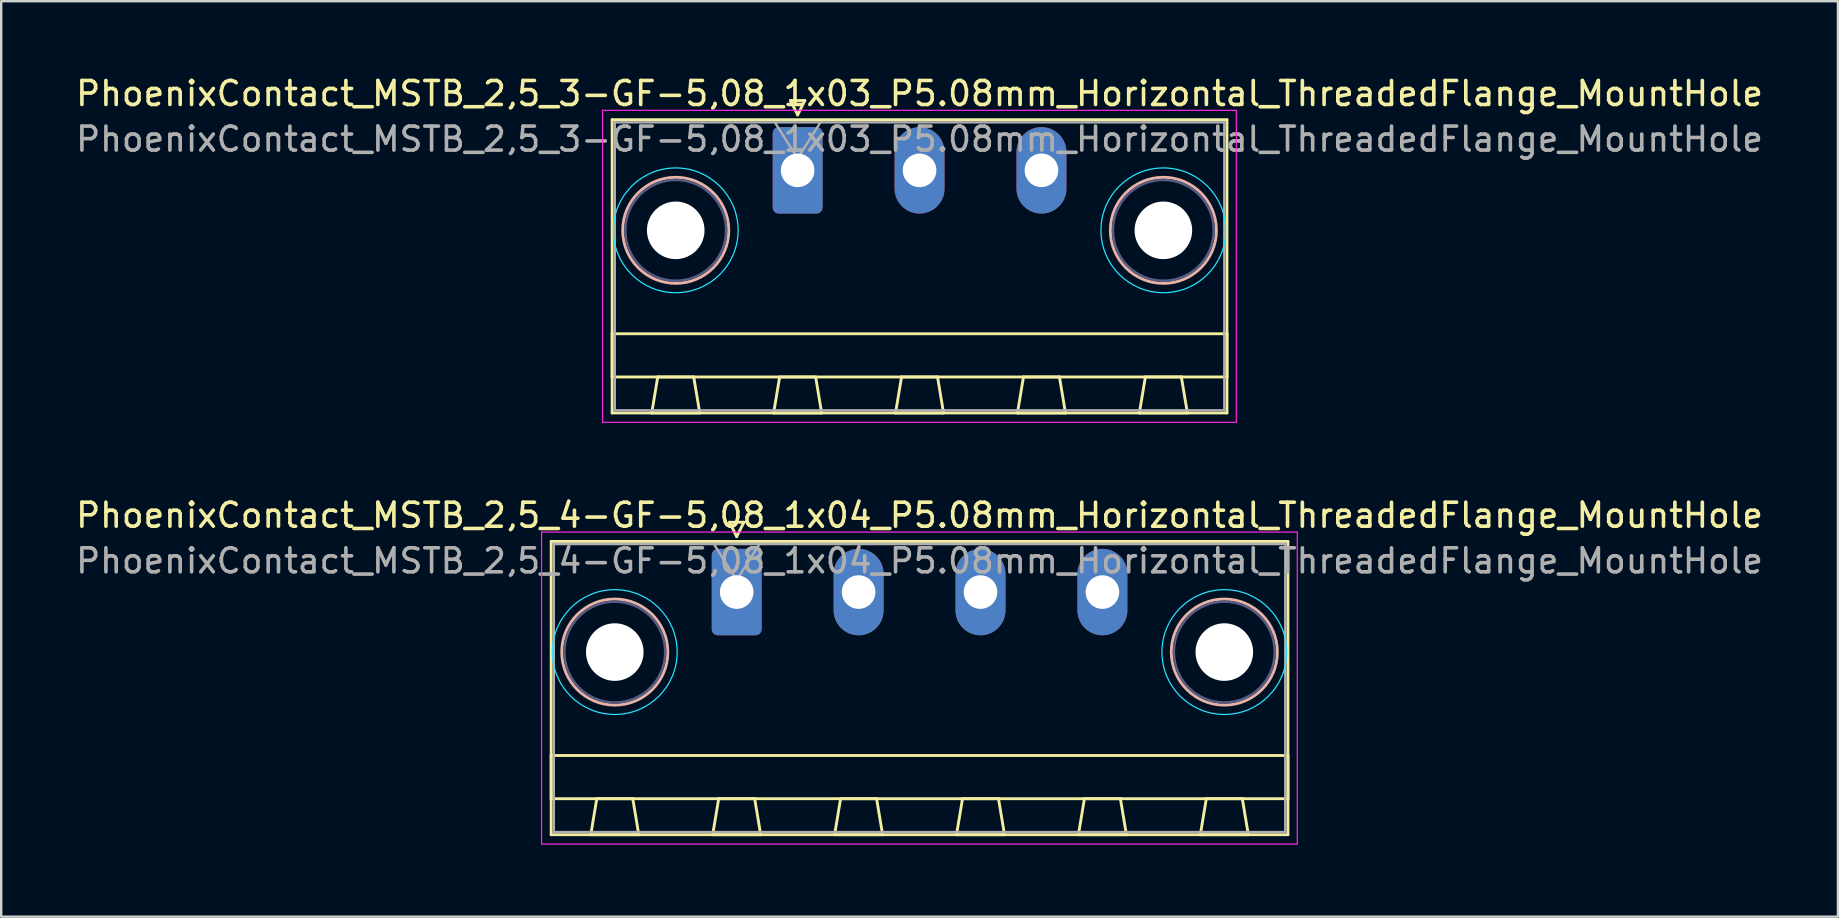
<source format=kicad_pcb>
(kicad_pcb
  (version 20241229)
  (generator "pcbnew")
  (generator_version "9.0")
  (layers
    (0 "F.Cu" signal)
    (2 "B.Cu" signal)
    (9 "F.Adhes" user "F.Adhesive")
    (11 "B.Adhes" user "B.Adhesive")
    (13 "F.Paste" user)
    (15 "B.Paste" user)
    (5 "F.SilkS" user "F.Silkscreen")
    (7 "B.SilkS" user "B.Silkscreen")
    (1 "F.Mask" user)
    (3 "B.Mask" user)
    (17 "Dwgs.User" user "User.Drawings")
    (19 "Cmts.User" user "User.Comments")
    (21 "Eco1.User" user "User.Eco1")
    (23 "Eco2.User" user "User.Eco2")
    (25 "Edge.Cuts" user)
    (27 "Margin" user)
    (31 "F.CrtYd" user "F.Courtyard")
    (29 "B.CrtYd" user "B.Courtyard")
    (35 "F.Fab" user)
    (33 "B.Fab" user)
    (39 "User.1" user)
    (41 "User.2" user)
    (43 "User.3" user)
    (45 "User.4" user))
  (footprint "PhoenixContact_MSTB_2,5_4-GF-5,08_1x04_P5.08mm_Horizontal_ThreadedFlange_MountHole"
    (layer "F.Cu")
    (at 27.648 21.622)
    (property "Reference" "PhoenixContact_MSTB_2,5_4-GF-5,08_1x04_P5.08mm_Horizontal_ThreadedFlange_MountHole" (at 7.62 -3.2 0) (layer "F.SilkS") (effects (font (size 1 1) (thickness 0.15))))
    (attr through_hole)
    (fp_line (start -7.73 -2.11) (end -7.73 10.11) (stroke (width 0.12) (type solid)) (layer "F.SilkS"))
    (fp_line (start -7.73 6.81) (end 22.97 6.81) (stroke (width 0.12) (type solid)) (layer "F.SilkS"))
    (fp_line (start -7.73 8.61) (end -7.73 6.81) (stroke (width 0.12) (type solid)) (layer "F.SilkS"))
    (fp_line (start -7.73 10.11) (end 22.97 10.11) (stroke (width 0.12) (type solid)) (layer "F.SilkS"))
    (fp_line (start -6.08 10.11) (end -4.08 10.11) (stroke (width 0.12) (type solid)) (layer "F.SilkS"))
    (fp_line (start -5.83 8.61) (end -6.08 10.11) (stroke (width 0.12) (type solid)) (layer "F.SilkS"))
    (fp_line (start -4.33 8.61) (end -5.83 8.61) (stroke (width 0.12) (type solid)) (layer "F.SilkS"))
    (fp_line (start -4.08 10.11) (end -4.33 8.61) (stroke (width 0.12) (type solid)) (layer "F.SilkS"))
    (fp_line (start -1 10.11) (end 1 10.11) (stroke (width 0.12) (type solid)) (layer "F.SilkS"))
    (fp_line (start -0.75 8.61) (end -1 10.11) (stroke (width 0.12) (type solid)) (layer "F.SilkS"))
    (fp_line (start -0.3 -2.91) (end 0.3 -2.91) (stroke (width 0.12) (type solid)) (layer "F.SilkS"))
    (fp_line (start 0 -2.31) (end -0.3 -2.91) (stroke (width 0.12) (type solid)) (layer "F.SilkS"))
    (fp_line (start 0.3 -2.91) (end 0 -2.31) (stroke (width 0.12) (type solid)) (layer "F.SilkS"))
    (fp_line (start 0.75 8.61) (end -0.75 8.61) (stroke (width 0.12) (type solid)) (layer "F.SilkS"))
    (fp_line (start 1 10.11) (end 0.75 8.61) (stroke (width 0.12) (type solid)) (layer "F.SilkS"))
    (fp_line (start 4.08 10.11) (end 6.08 10.11) (stroke (width 0.12) (type solid)) (layer "F.SilkS"))
    (fp_line (start 4.33 8.61) (end 4.08 10.11) (stroke (width 0.12) (type solid)) (layer "F.SilkS"))
    (fp_line (start 5.83 8.61) (end 4.33 8.61) (stroke (width 0.12) (type solid)) (layer "F.SilkS"))
    (fp_line (start 6.08 10.11) (end 5.83 8.61) (stroke (width 0.12) (type solid)) (layer "F.SilkS"))
    (fp_line (start 9.16 10.11) (end 11.16 10.11) (stroke (width 0.12) (type solid)) (layer "F.SilkS"))
    (fp_line (start 9.41 8.61) (end 9.16 10.11) (stroke (width 0.12) (type solid)) (layer "F.SilkS"))
    (fp_line (start 10.91 8.61) (end 9.41 8.61) (stroke (width 0.12) (type solid)) (layer "F.SilkS"))
    (fp_line (start 11.16 10.11) (end 10.91 8.61) (stroke (width 0.12) (type solid)) (layer "F.SilkS"))
    (fp_line (start 14.24 10.11) (end 16.24 10.11) (stroke (width 0.12) (type solid)) (layer "F.SilkS"))
    (fp_line (start 14.49 8.61) (end 14.24 10.11) (stroke (width 0.12) (type solid)) (layer "F.SilkS"))
    (fp_line (start 15.99 8.61) (end 14.49 8.61) (stroke (width 0.12) (type solid)) (layer "F.SilkS"))
    (fp_line (start 16.24 10.11) (end 15.99 8.61) (stroke (width 0.12) (type solid)) (layer "F.SilkS"))
    (fp_line (start 19.32 10.11) (end 21.32 10.11) (stroke (width 0.12) (type solid)) (layer "F.SilkS"))
    (fp_line (start 19.57 8.61) (end 19.32 10.11) (stroke (width 0.12) (type solid)) (layer "F.SilkS"))
    (fp_line (start 21.07 8.61) (end 19.57 8.61) (stroke (width 0.12) (type solid)) (layer "F.SilkS"))
    (fp_line (start 21.32 10.11) (end 21.07 8.61) (stroke (width 0.12) (type solid)) (layer "F.SilkS"))
    (fp_line (start 22.97 -2.11) (end -7.73 -2.11) (stroke (width 0.12) (type solid)) (layer "F.SilkS"))
    (fp_line (start 22.97 6.81) (end 22.97 8.61) (stroke (width 0.12) (type solid)) (layer "F.SilkS"))
    (fp_line (start 22.97 8.61) (end -7.73 8.61) (stroke (width 0.12) (type solid)) (layer "F.SilkS"))
    (fp_line (start 22.97 10.11) (end 22.97 -2.11) (stroke (width 0.12) (type solid)) (layer "F.SilkS"))
    (fp_circle (center -5.08 2.5) (end -2.87 2.5) (stroke (width 0.12) (type solid)) (fill no) (layer "B.SilkS"))
    (fp_circle (center 20.32 2.5) (end 22.53 2.5) (stroke (width 0.12) (type solid)) (fill no) (layer "B.SilkS"))
    (fp_circle (center -5.08 2.5) (end -2.48 2.5) (stroke (width 0.05) (type solid)) (fill no) (layer "B.CrtYd"))
    (fp_circle (center 20.32 2.5) (end 22.92 2.5) (stroke (width 0.05) (type solid)) (fill no) (layer "B.CrtYd"))
    (fp_line (start -8.13 -2.5) (end -8.13 10.5) (stroke (width 0.05) (type solid)) (layer "F.CrtYd"))
    (fp_line (start -8.13 10.5) (end 23.36 10.5) (stroke (width 0.05) (type solid)) (layer "F.CrtYd"))
    (fp_line (start 23.36 -2.5) (end -8.13 -2.5) (stroke (width 0.05) (type solid)) (layer "F.CrtYd"))
    (fp_line (start 23.36 10.5) (end 23.36 -2.5) (stroke (width 0.05) (type solid)) (layer "F.CrtYd"))
    (fp_circle (center -5.08 2.5) (end -2.98 2.5) (stroke (width 0.1) (type solid)) (fill no) (layer "B.Fab"))
    (fp_circle (center 20.32 2.5) (end 22.42 2.5) (stroke (width 0.1) (type solid)) (fill no) (layer "B.Fab"))
    (fp_line (start -7.62 -2) (end -7.62 10) (stroke (width 0.1) (type solid)) (layer "F.Fab"))
    (fp_line (start -7.62 10) (end 22.86 10) (stroke (width 0.1) (type solid)) (layer "F.Fab"))
    (fp_line (start 0 -0.5) (end -0.95 -2) (stroke (width 0.1) (type solid)) (layer "F.Fab"))
    (fp_line (start 0.95 -2) (end 0 -0.5) (stroke (width 0.1) (type solid)) (layer "F.Fab"))
    (fp_line (start 22.86 -2) (end -7.62 -2) (stroke (width 0.1) (type solid)) (layer "F.Fab"))
    (fp_line (start 22.86 10) (end 22.86 -2) (stroke (width 0.1) (type solid)) (layer "F.Fab"))
    (fp_text user "${REFERENCE}" (at 7.62 -1.3 0) (layer "F.Fab") (effects (font (size 1 1) (thickness 0.15))))
    (pad "" np_thru_hole circle (at -5.08 2.5) (size 2.4 2.4) (drill 2.4) (layers "*.Cu" "*.Mask"))
    (pad "" np_thru_hole circle (at 20.32 2.5) (size 2.4 2.4) (drill 2.4) (layers "*.Cu" "*.Mask"))
    (pad "1" thru_hole roundrect (at 0 0) (size 2.08 3.6) (drill 1.4) (layers "*.Cu" "*.Mask") (roundrect_rratio 0.12))
    (pad "2" thru_hole oval (at 5.08 0) (size 2.08 3.6) (drill 1.4) (layers "*.Cu" "*.Mask"))
    (pad "3" thru_hole oval (at 10.16 0) (size 2.08 3.6) (drill 1.4) (layers "*.Cu" "*.Mask"))
    (pad "4" thru_hole oval (at 15.24 0) (size 2.08 3.6) (drill 1.4) (layers "*.Cu" "*.Mask")))
  (footprint "PhoenixContact_MSTB_2,5_3-GF-5,08_1x03_P5.08mm_Horizontal_ThreadedFlange_MountHole"
    (layer "F.Cu")
    (at 30.188 4.048)
    (property "Reference" "PhoenixContact_MSTB_2,5_3-GF-5,08_1x03_P5.08mm_Horizontal_ThreadedFlange_MountHole" (at 5.08 -3.2 0) (layer "F.SilkS") (effects (font (size 1 1) (thickness 0.15))))
    (attr through_hole)
    (fp_line (start -7.73 -2.11) (end -7.73 10.11) (stroke (width 0.12) (type solid)) (layer "F.SilkS"))
    (fp_line (start -7.73 6.81) (end 17.89 6.81) (stroke (width 0.12) (type solid)) (layer "F.SilkS"))
    (fp_line (start -7.73 8.61) (end -7.73 6.81) (stroke (width 0.12) (type solid)) (layer "F.SilkS"))
    (fp_line (start -7.73 10.11) (end 17.89 10.11) (stroke (width 0.12) (type solid)) (layer "F.SilkS"))
    (fp_line (start -6.08 10.11) (end -4.08 10.11) (stroke (width 0.12) (type solid)) (layer "F.SilkS"))
    (fp_line (start -5.83 8.61) (end -6.08 10.11) (stroke (width 0.12) (type solid)) (layer "F.SilkS"))
    (fp_line (start -4.33 8.61) (end -5.83 8.61) (stroke (width 0.12) (type solid)) (layer "F.SilkS"))
    (fp_line (start -4.08 10.11) (end -4.33 8.61) (stroke (width 0.12) (type solid)) (layer "F.SilkS"))
    (fp_line (start -1 10.11) (end 1 10.11) (stroke (width 0.12) (type solid)) (layer "F.SilkS"))
    (fp_line (start -0.75 8.61) (end -1 10.11) (stroke (width 0.12) (type solid)) (layer "F.SilkS"))
    (fp_line (start -0.3 -2.91) (end 0.3 -2.91) (stroke (width 0.12) (type solid)) (layer "F.SilkS"))
    (fp_line (start 0 -2.31) (end -0.3 -2.91) (stroke (width 0.12) (type solid)) (layer "F.SilkS"))
    (fp_line (start 0.3 -2.91) (end 0 -2.31) (stroke (width 0.12) (type solid)) (layer "F.SilkS"))
    (fp_line (start 0.75 8.61) (end -0.75 8.61) (stroke (width 0.12) (type solid)) (layer "F.SilkS"))
    (fp_line (start 1 10.11) (end 0.75 8.61) (stroke (width 0.12) (type solid)) (layer "F.SilkS"))
    (fp_line (start 4.08 10.11) (end 6.08 10.11) (stroke (width 0.12) (type solid)) (layer "F.SilkS"))
    (fp_line (start 4.33 8.61) (end 4.08 10.11) (stroke (width 0.12) (type solid)) (layer "F.SilkS"))
    (fp_line (start 5.83 8.61) (end 4.33 8.61) (stroke (width 0.12) (type solid)) (layer "F.SilkS"))
    (fp_line (start 6.08 10.11) (end 5.83 8.61) (stroke (width 0.12) (type solid)) (layer "F.SilkS"))
    (fp_line (start 9.16 10.11) (end 11.16 10.11) (stroke (width 0.12) (type solid)) (layer "F.SilkS"))
    (fp_line (start 9.41 8.61) (end 9.16 10.11) (stroke (width 0.12) (type solid)) (layer "F.SilkS"))
    (fp_line (start 10.91 8.61) (end 9.41 8.61) (stroke (width 0.12) (type solid)) (layer "F.SilkS"))
    (fp_line (start 11.16 10.11) (end 10.91 8.61) (stroke (width 0.12) (type solid)) (layer "F.SilkS"))
    (fp_line (start 14.24 10.11) (end 16.24 10.11) (stroke (width 0.12) (type solid)) (layer "F.SilkS"))
    (fp_line (start 14.49 8.61) (end 14.24 10.11) (stroke (width 0.12) (type solid)) (layer "F.SilkS"))
    (fp_line (start 15.99 8.61) (end 14.49 8.61) (stroke (width 0.12) (type solid)) (layer "F.SilkS"))
    (fp_line (start 16.24 10.11) (end 15.99 8.61) (stroke (width 0.12) (type solid)) (layer "F.SilkS"))
    (fp_line (start 17.89 -2.11) (end -7.73 -2.11) (stroke (width 0.12) (type solid)) (layer "F.SilkS"))
    (fp_line (start 17.89 6.81) (end 17.89 8.61) (stroke (width 0.12) (type solid)) (layer "F.SilkS"))
    (fp_line (start 17.89 8.61) (end -7.73 8.61) (stroke (width 0.12) (type solid)) (layer "F.SilkS"))
    (fp_line (start 17.89 10.11) (end 17.89 -2.11) (stroke (width 0.12) (type solid)) (layer "F.SilkS"))
    (fp_circle (center -5.08 2.5) (end -2.87 2.5) (stroke (width 0.12) (type solid)) (fill no) (layer "B.SilkS"))
    (fp_circle (center 15.24 2.5) (end 17.45 2.5) (stroke (width 0.12) (type solid)) (fill no) (layer "B.SilkS"))
    (fp_circle (center -5.08 2.5) (end -2.48 2.5) (stroke (width 0.05) (type solid)) (fill no) (layer "B.CrtYd"))
    (fp_circle (center 15.24 2.5) (end 17.84 2.5) (stroke (width 0.05) (type solid)) (fill no) (layer "B.CrtYd"))
    (fp_line (start -8.13 -2.5) (end -8.13 10.5) (stroke (width 0.05) (type solid)) (layer "F.CrtYd"))
    (fp_line (start -8.13 10.5) (end 18.28 10.5) (stroke (width 0.05) (type solid)) (layer "F.CrtYd"))
    (fp_line (start 18.28 -2.5) (end -8.13 -2.5) (stroke (width 0.05) (type solid)) (layer "F.CrtYd"))
    (fp_line (start 18.28 10.5) (end 18.28 -2.5) (stroke (width 0.05) (type solid)) (layer "F.CrtYd"))
    (fp_circle (center -5.08 2.5) (end -2.98 2.5) (stroke (width 0.1) (type solid)) (fill no) (layer "B.Fab"))
    (fp_circle (center 15.24 2.5) (end 17.34 2.5) (stroke (width 0.1) (type solid)) (fill no) (layer "B.Fab"))
    (fp_line (start -7.62 -2) (end -7.62 10) (stroke (width 0.1) (type solid)) (layer "F.Fab"))
    (fp_line (start -7.62 10) (end 17.78 10) (stroke (width 0.1) (type solid)) (layer "F.Fab"))
    (fp_line (start 0 -0.5) (end -0.95 -2) (stroke (width 0.1) (type solid)) (layer "F.Fab"))
    (fp_line (start 0.95 -2) (end 0 -0.5) (stroke (width 0.1) (type solid)) (layer "F.Fab"))
    (fp_line (start 17.78 -2) (end -7.62 -2) (stroke (width 0.1) (type solid)) (layer "F.Fab"))
    (fp_line (start 17.78 10) (end 17.78 -2) (stroke (width 0.1) (type solid)) (layer "F.Fab"))
    (fp_text user "${REFERENCE}" (at 5.08 -1.3 0) (layer "F.Fab") (effects (font (size 1 1) (thickness 0.15))))
    (pad "" np_thru_hole circle (at -5.08 2.5) (size 2.4 2.4) (drill 2.4) (layers "*.Cu" "*.Mask"))
    (pad "" np_thru_hole circle (at 15.24 2.5) (size 2.4 2.4) (drill 2.4) (layers "*.Cu" "*.Mask"))
    (pad "1" thru_hole roundrect (at 0 0) (size 2.08 3.6) (drill 1.4) (layers "*.Cu" "*.Mask") (roundrect_rratio 0.12))
    (pad "2" thru_hole oval (at 5.08 0) (size 2.08 3.6) (drill 1.4) (layers "*.Cu" "*.Mask"))
    (pad "3" thru_hole oval (at 10.16 0) (size 2.08 3.6) (drill 1.4) (layers "*.Cu" "*.Mask")))
  (gr_rect
    (start -3 -3)
    (end 73.536 35.147)
    (stroke (width 0.1) (type default))
    (fill no)
    (layer "Edge.Cuts")))
</source>
